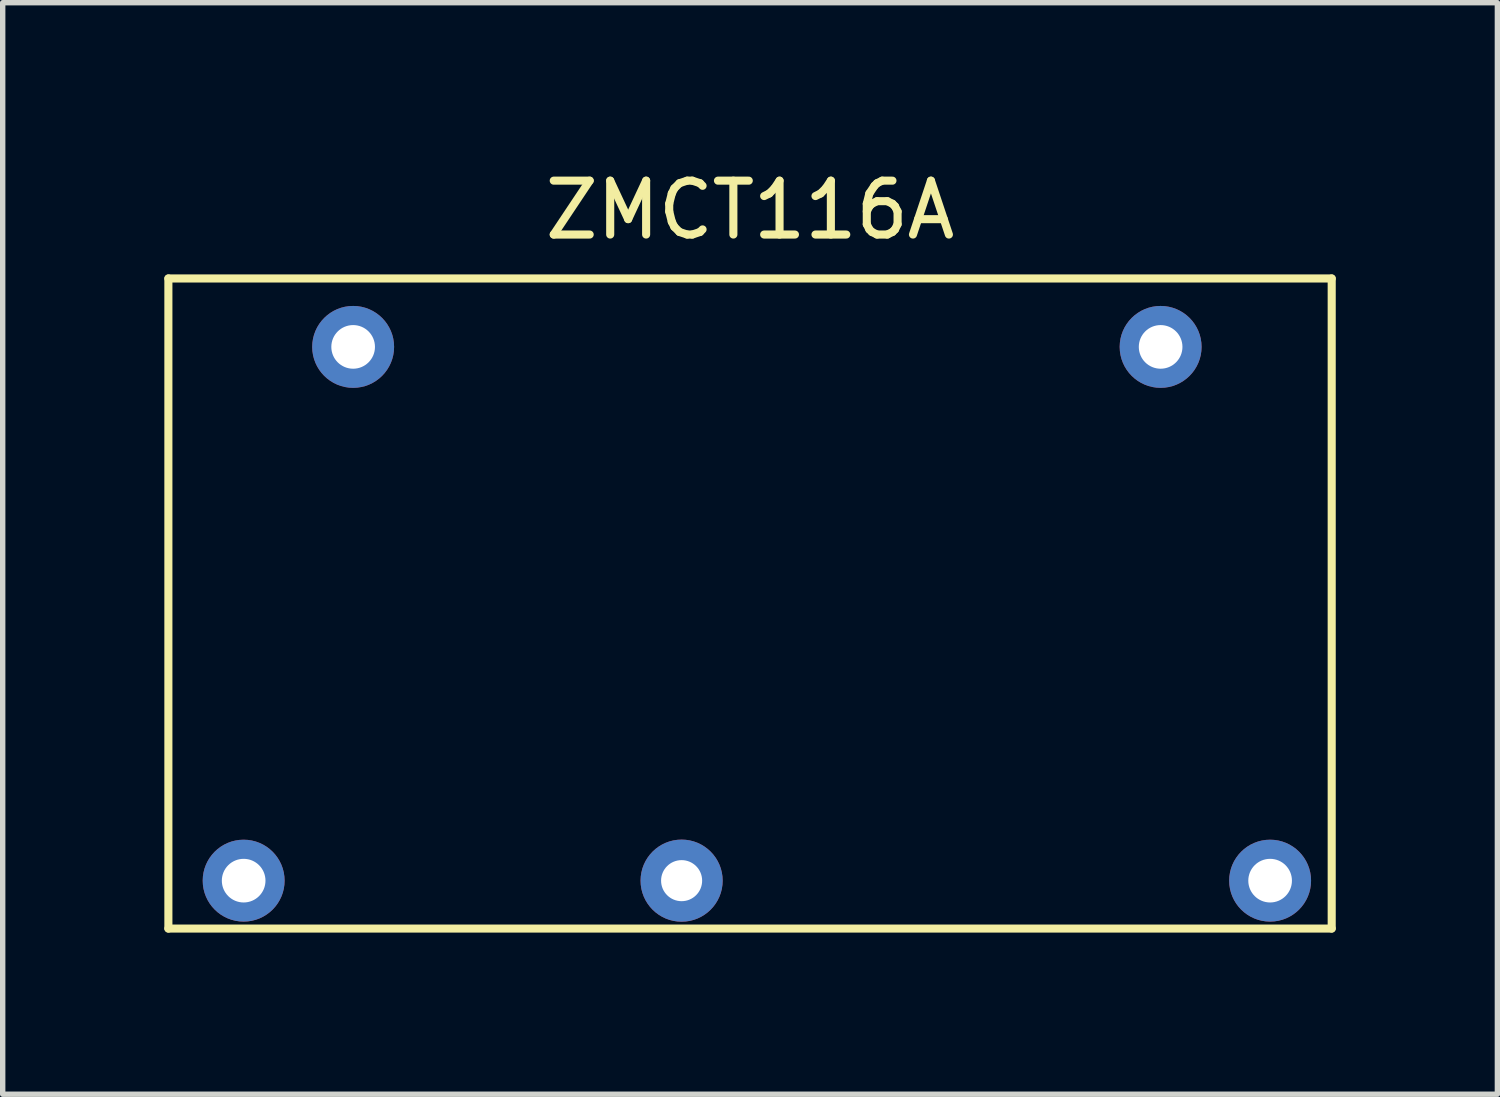
<source format=kicad_pcb>
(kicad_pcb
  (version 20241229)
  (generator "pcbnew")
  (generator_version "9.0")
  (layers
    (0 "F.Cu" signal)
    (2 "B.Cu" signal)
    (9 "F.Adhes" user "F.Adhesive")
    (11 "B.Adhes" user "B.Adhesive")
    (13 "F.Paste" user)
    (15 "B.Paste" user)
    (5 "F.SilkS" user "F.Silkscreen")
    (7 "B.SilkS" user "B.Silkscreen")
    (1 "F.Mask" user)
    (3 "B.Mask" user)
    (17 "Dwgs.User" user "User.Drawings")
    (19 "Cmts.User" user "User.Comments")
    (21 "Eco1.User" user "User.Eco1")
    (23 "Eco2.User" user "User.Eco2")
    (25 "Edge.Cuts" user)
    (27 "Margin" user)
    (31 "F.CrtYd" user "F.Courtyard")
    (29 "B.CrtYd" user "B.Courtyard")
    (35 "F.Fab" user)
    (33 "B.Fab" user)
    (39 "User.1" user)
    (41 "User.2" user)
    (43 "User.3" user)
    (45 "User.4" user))
  (footprint "ZMCT116A"
    (layer "F.Cu")
    (at 14.68 7.198)
    (property "Reference" "ZMCT116A" (at -3.81 -6.35 0) (layer "F.SilkS") (effects (font (size 1 1) (thickness 0.15))))
    (attr through_hole)
    (fp_line (start -14.605 -5.08) (end -14.605 6.985) (stroke (width 0.15) (type solid)) (layer "F.SilkS"))
    (fp_line (start -14.605 6.985) (end 6.985 6.985) (stroke (width 0.15) (type solid)) (layer "F.SilkS"))
    (fp_line (start 6.985 -5.08) (end -14.605 -5.08) (stroke (width 0.15) (type solid)) (layer "F.SilkS"))
    (fp_line (start 6.985 6.985) (end 6.985 -5.08) (stroke (width 0.15) (type solid)) (layer "F.SilkS"))
    (pad "1" thru_hole circle (at -11.176 -3.81 90) (size 1.52 1.52) (drill 0.81) (layers "*.Cu" "*.Mask"))
    (pad "2" thru_hole circle (at 3.81 -3.81 90) (size 1.52 1.52) (drill 0.81) (layers "*.Cu" "*.Mask"))
    (pad "3" thru_hole circle (at 5.842 6.096 90) (size 1.52 1.52) (drill 0.81) (layers "*.Cu" "*.Mask"))
    (pad "4" thru_hole circle (at -13.208 6.096 90) (size 1.52 1.52) (drill 0.81) (layers "*.Cu" "*.Mask"))
    (pad "5" thru_hole circle (at -5.08 6.096) (size 1.524 1.524) (drill 0.762) (layers "*.Cu" "*.Mask")))
  (gr_rect
    (start -3 -3)
    (end 24.74 17.258)
    (stroke (width 0.1) (type default))
    (fill no)
    (layer "Edge.Cuts")))
</source>
